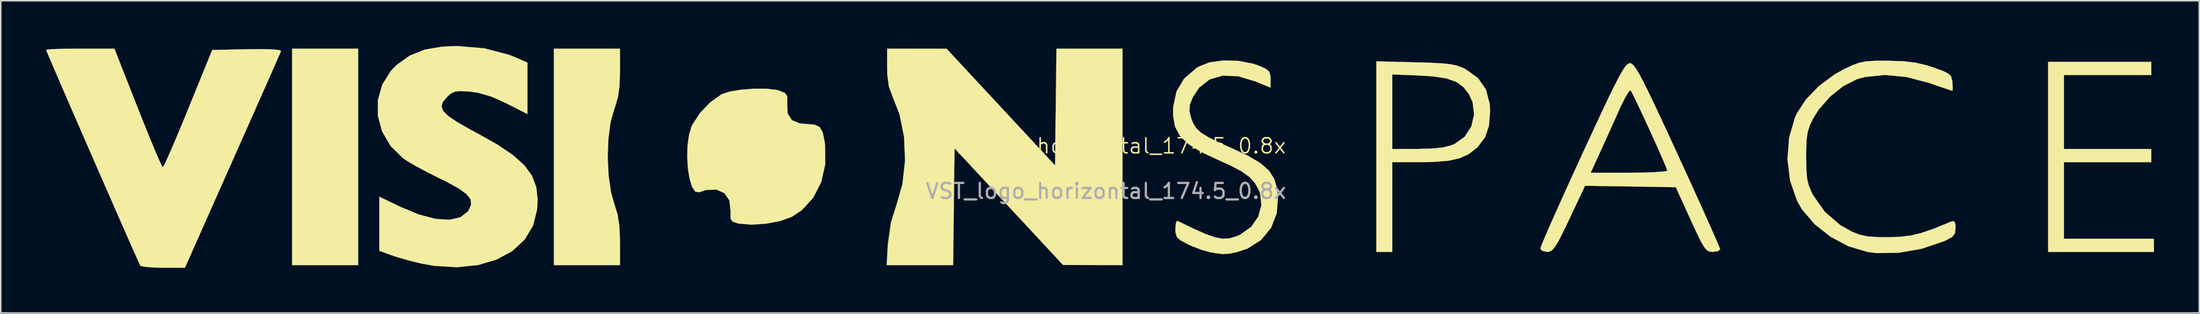
<source format=kicad_pcb>
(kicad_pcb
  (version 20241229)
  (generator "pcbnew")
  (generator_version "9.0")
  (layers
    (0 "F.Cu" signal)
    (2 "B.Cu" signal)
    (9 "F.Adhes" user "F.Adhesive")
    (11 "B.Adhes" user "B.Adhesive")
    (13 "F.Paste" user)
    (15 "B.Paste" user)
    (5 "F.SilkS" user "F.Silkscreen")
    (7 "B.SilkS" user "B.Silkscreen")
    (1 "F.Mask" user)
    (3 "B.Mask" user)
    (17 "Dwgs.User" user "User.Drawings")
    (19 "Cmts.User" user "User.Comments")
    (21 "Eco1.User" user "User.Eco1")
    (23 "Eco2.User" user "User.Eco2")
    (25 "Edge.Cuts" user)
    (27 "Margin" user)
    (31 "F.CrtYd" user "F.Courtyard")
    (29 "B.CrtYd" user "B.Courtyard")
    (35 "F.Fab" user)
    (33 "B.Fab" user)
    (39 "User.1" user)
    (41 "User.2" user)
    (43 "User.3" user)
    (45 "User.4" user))
  (footprint "VST_logo_horizontal_174.5_0.8x"
    (layer "F.Cu")
    (at 70.205 7.131)
    (property "Reference" "VST_logo_horizontal_174.5_0.8x" (at 0 -0.5 0) (unlocked yes) (layer "F.SilkS") (effects (font (size 1 1) (thickness 0.1))))
    (attr smd)
    (fp_poly (pts (xy -49.531 7.411) (xy -53.91 7.411) (xy -53.91 -6.953) (xy -49.531 -6.953) (xy -49.531 7.411)) (stroke (width 0.008) (type solid)) (fill yes) (layer "F.SilkS"))
    (fp_poly (pts (xy 69.236 -5.202) (xy 63.455 -5.202) (xy 63.455 -0.297) (xy 69.236 -0.297) (xy 69.236 0.579) (xy 63.455 0.579) (xy 63.455 5.659) (xy 69.411 5.659) (xy 69.411 6.535) (xy 62.404 6.535) (xy 62.404 -6.078) (xy 69.236 -6.078) (xy 69.236 -5.202)) (stroke (width 0.008) (type solid)) (fill yes) (layer "F.SilkS"))
    (fp_poly (pts (xy -32.189 -5.421) (xy -32.219 -4.467) (xy -32.325 -3.722) (xy -32.526 -3.051) (xy -32.575 -2.925) (xy -32.818 -2.046) (xy -32.96 -0.944) (xy -33.002 0.267) (xy -32.943 1.475) (xy -32.784 2.568) (xy -32.582 3.288) (xy -32.351 4.033) (xy -32.228 4.819) (xy -32.189 5.793) (xy -32.189 5.872) (xy -32.189 7.411) (xy -36.568 7.411) (xy -36.568 -6.953) (xy -32.189 -6.953) (xy -32.189 -5.421)) (stroke (width 0.008) (type solid)) (fill yes) (layer "F.SilkS"))
    (fp_poly (pts (xy 1.094 7.411) (xy -2.847 7.4) (xy -10.029 -0.34) (xy -10.077 3.535) (xy -10.124 7.411) (xy -14.523 7.411) (xy -14.45 6.053) (xy -14.239 4.555) (xy -13.892 3.469) (xy -13.48 2.03) (xy -13.309 0.474) (xy -13.374 -1.1) (xy -13.674 -2.594) (xy -14.144 -3.797) (xy -14.378 -4.431) (xy -14.484 -5.222) (xy -14.496 -5.72) (xy -14.496 -6.953) (xy -12.526 -6.951) (xy -10.555 -6.948) (xy -6.964 -3.079) (xy -3.373 0.789) (xy -3.326 -3.082) (xy -3.279 -6.953) (xy 1.094 -6.953) (xy 1.094 7.411)) (stroke (width 0.008) (type solid)) (fill yes) (layer "F.SilkS"))
    (fp_poly (pts (xy 20.494 -6.046) (xy 21.537 -6.015) (xy 22.299 -5.974) (xy 22.851 -5.914) (xy 23.263 -5.824) (xy 23.606 -5.697) (xy 23.817 -5.592) (xy 24.641 -5.002) (xy 25.168 -4.248) (xy 25.417 -3.296) (xy 25.443 -2.788) (xy 25.366 -1.82) (xy 25.113 -1.075) (xy 24.645 -0.453) (xy 24.538 -0.349) (xy 24.023 0.047) (xy 23.426 0.32) (xy 22.675 0.486) (xy 21.697 0.566) (xy 20.894 0.579) (xy 18.962 0.579) (xy 18.962 6.535) (xy 17.911 6.535) (xy 17.911 -0.297) (xy 18.962 -0.297) (xy 20.669 -0.301) (xy 21.636 -0.326) (xy 22.345 -0.403) (xy 22.89 -0.547) (xy 23.091 -0.629) (xy 23.761 -1.109) (xy 24.199 -1.787) (xy 24.382 -2.579) (xy 24.284 -3.399) (xy 24.049 -3.923) (xy 23.675 -4.406) (xy 23.195 -4.749) (xy 22.545 -4.976) (xy 21.661 -5.111) (xy 20.757 -5.169) (xy 18.962 -5.241) (xy 18.962 -0.297) (xy 17.911 -0.297) (xy 17.911 -6.11) (xy 20.494 -6.046)) (stroke (width 0.008) (type solid)) (fill yes) (layer "F.SilkS"))
    (fp_poly (pts (xy -22.492 -4.294) (xy -21.824 -4.217) (xy -21.653 -4.171) (xy -21.263 -4.01) (xy -21.111 -3.789) (xy -21.111 -3.373) (xy -21.116 -3.318) (xy -21.08 -2.641) (xy -20.808 -2.208) (xy -20.271 -1.993) (xy -19.844 -1.956) (xy -19.305 -1.911) (xy -18.966 -1.754) (xy -18.766 -1.413) (xy -18.64 -0.818) (xy -18.603 -0.541) (xy -18.592 0.724) (xy -18.862 1.901) (xy -19.387 2.934) (xy -20.142 3.766) (xy -20.807 4.207) (xy -21.568 4.482) (xy -22.512 4.662) (xy -23.48 4.726) (xy -24.315 4.656) (xy -24.394 4.639) (xy -24.729 4.527) (xy -24.866 4.331) (xy -24.873 3.931) (xy -24.864 3.814) (xy -24.943 3.119) (xy -25.272 2.638) (xy -25.805 2.398) (xy -26.495 2.426) (xy -26.952 2.578) (xy -27.207 2.533) (xy -27.419 2.207) (xy -27.583 1.668) (xy -27.691 0.985) (xy -27.737 0.224) (xy -27.713 -0.546) (xy -27.613 -1.257) (xy -27.43 -1.841) (xy -27.405 -1.892) (xy -26.892 -2.678) (xy -26.203 -3.4) (xy -25.469 -3.923) (xy -25.455 -3.93) (xy -24.922 -4.106) (xy -24.166 -4.23) (xy -23.314 -4.296) (xy -22.492 -4.294)) (stroke (width 0.008) (type solid)) (fill yes) (layer "F.SilkS"))
    (fp_poly (pts (xy -64.129 -3.018) (xy -63.694 -1.923) (xy -63.297 -0.944) (xy -62.958 -0.127) (xy -62.694 0.484) (xy -62.526 0.844) (xy -62.474 0.923) (xy -62.38 0.77) (xy -62.177 0.335) (xy -61.881 -0.336) (xy -61.514 -1.199) (xy -61.093 -2.209) (xy -60.783 -2.968) (xy -59.2 -6.866) (xy -56.889 -6.915) (xy -55.907 -6.924) (xy -55.184 -6.904) (xy -54.753 -6.858) (xy -54.638 -6.794) (xy -54.72 -6.604) (xy -54.929 -6.126) (xy -55.251 -5.394) (xy -55.671 -4.442) (xy -56.175 -3.303) (xy -56.748 -2.009) (xy -57.375 -0.595) (xy -57.852 0.48) (xy -61.005 7.585) (xy -62.44 7.585) (xy -63.113 7.569) (xy -63.641 7.525) (xy -63.934 7.463) (xy -63.964 7.441) (xy -64.055 7.248) (xy -64.267 6.776) (xy -64.582 6.065) (xy -64.982 5.156) (xy -65.451 4.087) (xy -65.972 2.898) (xy -66.526 1.629) (xy -67.098 0.319) (xy -67.668 -0.991) (xy -68.221 -2.263) (xy -68.739 -3.457) (xy -69.205 -4.533) (xy -69.601 -5.452) (xy -69.911 -6.173) (xy -70.116 -6.658) (xy -70.2 -6.867) (xy -70.201 -6.872) (xy -70.037 -6.902) (xy -69.588 -6.928) (xy -68.918 -6.945) (xy -68.095 -6.953) (xy -67.939 -6.953) (xy -65.676 -6.953) (xy -64.129 -3.018)) (stroke (width 0.008) (type solid)) (fill yes) (layer "F.SilkS"))
    (fp_poly (pts (xy -41.181 -6.976) (xy -39.522 -6.541) (xy -38.977 -6.319) (xy -38.32 -6.024) (xy -38.32 -2.612) (xy -39.68 -3.307) (xy -40.683 -3.761) (xy -41.558 -4.018) (xy -42.117 -4.099) (xy -42.731 -4.14) (xy -43.118 -4.106) (xy -43.397 -3.969) (xy -43.646 -3.746) (xy -43.918 -3.417) (xy -44.01 -3.116) (xy -43.896 -2.812) (xy -43.551 -2.472) (xy -42.947 -2.066) (xy -42.059 -1.563) (xy -41.639 -1.338) (xy -40.3 -0.583) (xy -39.269 0.115) (xy -38.517 0.792) (xy -38.014 1.486) (xy -37.733 2.234) (xy -37.644 3.072) (xy -37.678 3.722) (xy -37.951 4.804) (xy -38.512 5.728) (xy -39.328 6.481) (xy -40.366 7.045) (xy -41.593 7.407) (xy -42.977 7.551) (xy -44.484 7.46) (xy -45.325 7.312) (xy -46.083 7.128) (xy -46.848 6.912) (xy -47.296 6.765) (xy -48.129 6.466) (xy -48.129 2.869) (xy -46.727 3.547) (xy -45.509 4.052) (xy -44.422 4.338) (xy -43.497 4.401) (xy -42.769 4.24) (xy -42.27 3.854) (xy -42.23 3.797) (xy -42.053 3.414) (xy -42.078 3.064) (xy -42.336 2.715) (xy -42.854 2.334) (xy -43.662 1.889) (xy -44.136 1.655) (xy -44.932 1.258) (xy -45.671 0.862) (xy -46.261 0.52) (xy -46.55 0.328) (xy -47.383 -0.491) (xy -47.943 -1.45) (xy -48.224 -2.488) (xy -48.224 -3.546) (xy -47.937 -4.565) (xy -47.361 -5.486) (xy -46.965 -5.889) (xy -46.11 -6.495) (xy -45.134 -6.887) (xy -43.965 -7.088) (xy -42.974 -7.127) (xy -41.181 -6.976)) (stroke (width 0.008) (type solid)) (fill yes) (layer "F.SilkS"))
    (fp_poly (pts (xy 8.773 -6.143) (xy 9.745 -5.954) (xy 10.072 -5.844) (xy 10.567 -5.631) (xy 10.814 -5.43) (xy 10.897 -5.149) (xy 10.904 -4.944) (xy 10.904 -4.365) (xy 9.896 -4.779) (xy 8.75 -5.122) (xy 7.733 -5.163) (xy 6.865 -4.909) (xy 6.169 -4.363) (xy 5.757 -3.737) (xy 5.553 -3.227) (xy 5.532 -2.798) (xy 5.624 -2.41) (xy 5.774 -2.002) (xy 5.984 -1.67) (xy 6.309 -1.371) (xy 6.804 -1.066) (xy 7.524 -0.711) (xy 8.366 -0.334) (xy 9.457 0.18) (xy 10.254 0.657) (xy 10.803 1.144) (xy 11.148 1.69) (xy 11.336 2.343) (xy 11.395 2.849) (xy 11.316 3.963) (xy 10.933 4.941) (xy 10.278 5.739) (xy 9.382 6.313) (xy 8.682 6.546) (xy 8.149 6.653) (xy 7.718 6.675) (xy 7.211 6.612) (xy 6.868 6.548) (xy 6.332 6.396) (xy 5.692 6.15) (xy 5.423 6.027) (xy 4.934 5.767) (xy 4.689 5.537) (xy 4.604 5.237) (xy 4.597 5.016) (xy 4.63 4.63) (xy 4.71 4.466) (xy 4.729 4.469) (xy 5.795 4.988) (xy 6.614 5.351) (xy 7.246 5.571) (xy 7.75 5.661) (xy 8.187 5.635) (xy 8.616 5.504) (xy 8.91 5.375) (xy 9.612 4.877) (xy 10.085 4.201) (xy 10.296 3.429) (xy 10.208 2.642) (xy 10.148 2.48) (xy 9.886 1.992) (xy 9.52 1.578) (xy 8.99 1.194) (xy 8.233 0.794) (xy 7.423 0.429) (xy 6.285 -0.107) (xy 5.454 -0.625) (xy 4.896 -1.168) (xy 4.572 -1.78) (xy 4.446 -2.504) (xy 4.457 -3.111) (xy 4.674 -4.124) (xy 5.178 -4.964) (xy 5.993 -5.669) (xy 6.126 -5.754) (xy 6.848 -6.04) (xy 7.769 -6.171) (xy 8.773 -6.143)) (stroke (width 0.008) (type solid)) (fill yes) (layer "F.SilkS"))
    (fp_poly (pts (xy 52.817 -6.118) (xy 53.623 -6.024) (xy 54.363 -5.849) (xy 54.784 -5.713) (xy 55.416 -5.484) (xy 55.789 -5.303) (xy 55.975 -5.112) (xy 56.05 -4.853) (xy 56.065 -4.72) (xy 56.088 -4.334) (xy 56.07 -4.155) (xy 56.065 -4.153) (xy 55.887 -4.208) (xy 55.456 -4.353) (xy 54.848 -4.562) (xy 54.522 -4.676) (xy 53.02 -5.073) (xy 51.577 -5.205) (xy 50.261 -5.069) (xy 49.745 -4.926) (xy 48.844 -4.472) (xy 47.965 -3.77) (xy 47.214 -2.914) (xy 46.85 -2.333) (xy 46.621 -1.857) (xy 46.48 -1.418) (xy 46.407 -0.903) (xy 46.38 -0.203) (xy 46.378 0.229) (xy 46.389 1.057) (xy 46.438 1.647) (xy 46.545 2.108) (xy 46.729 2.552) (xy 46.847 2.784) (xy 47.615 3.875) (xy 48.643 4.759) (xy 49.433 5.203) (xy 49.941 5.397) (xy 50.496 5.509) (xy 51.213 5.555) (xy 51.806 5.558) (xy 52.596 5.531) (xy 53.284 5.449) (xy 53.969 5.288) (xy 54.749 5.023) (xy 55.722 4.63) (xy 55.967 4.526) (xy 56.18 4.493) (xy 56.264 4.693) (xy 56.273 4.946) (xy 56.233 5.3) (xy 56.055 5.539) (xy 55.653 5.76) (xy 55.488 5.833) (xy 54.021 6.327) (xy 52.507 6.592) (xy 51.058 6.613) (xy 50.431 6.535) (xy 49.185 6.163) (xy 47.996 5.532) (xy 46.945 4.7) (xy 46.113 3.727) (xy 45.775 3.145) (xy 45.315 1.818) (xy 45.14 0.389) (xy 45.249 -1.047) (xy 45.642 -2.395) (xy 45.761 -2.659) (xy 46.362 -3.581) (xy 47.22 -4.468) (xy 48.246 -5.235) (xy 48.881 -5.591) (xy 49.447 -5.857) (xy 49.909 -6.024) (xy 50.38 -6.114) (xy 50.974 -6.149) (xy 51.803 -6.151) (xy 52.817 -6.118)) (stroke (width 0.008) (type solid)) (fill yes) (layer "F.SilkS"))
    (fp_poly (pts (xy 34.818 -5.957) (xy 34.953 -5.839) (xy 35.124 -5.607) (xy 35.345 -5.232) (xy 35.632 -4.686) (xy 36 -3.941) (xy 36.464 -2.967) (xy 37.037 -1.737) (xy 37.737 -0.22) (xy 37.885 0.102) (xy 38.51 1.467) (xy 39.086 2.735) (xy 39.598 3.868) (xy 40.029 4.833) (xy 40.364 5.592) (xy 40.587 6.111) (xy 40.681 6.354) (xy 40.683 6.365) (xy 40.531 6.487) (xy 40.189 6.535) (xy 39.981 6.514) (xy 39.8 6.42) (xy 39.614 6.2) (xy 39.387 5.806) (xy 39.086 5.186) (xy 38.719 4.389) (xy 37.743 2.243) (xy 31.735 2.147) (xy 30.7 4.341) (xy 30.278 5.222) (xy 29.966 5.833) (xy 29.73 6.22) (xy 29.538 6.433) (xy 29.357 6.522) (xy 29.218 6.535) (xy 28.88 6.457) (xy 28.771 6.305) (xy 28.842 6.099) (xy 29.045 5.611) (xy 29.362 4.879) (xy 29.779 3.937) (xy 30.279 2.823) (xy 30.846 1.572) (xy 30.98 1.28) (xy 32.108 1.28) (xy 34.644 1.28) (xy 35.541 1.271) (xy 36.299 1.246) (xy 36.855 1.209) (xy 37.149 1.163) (xy 37.179 1.141) (xy 37.11 0.94) (xy 36.92 0.488) (xy 36.642 -0.148) (xy 36.305 -0.901) (xy 35.938 -1.706) (xy 35.574 -2.497) (xy 35.242 -3.205) (xy 34.971 -3.767) (xy 34.794 -4.114) (xy 34.746 -4.19) (xy 34.63 -4.099) (xy 34.416 -3.749) (xy 34.14 -3.204) (xy 33.99 -2.876) (xy 33.596 -1.996) (xy 33.157 -1.021) (xy 32.762 -0.15) (xy 32.729 -0.078) (xy 32.108 1.28) (xy 30.98 1.28) (xy 31.464 0.222) (xy 31.546 0.043) (xy 32.268 -1.523) (xy 32.862 -2.797) (xy 33.342 -3.81) (xy 33.725 -4.589) (xy 34.024 -5.163) (xy 34.254 -5.562) (xy 34.432 -5.813) (xy 34.572 -5.946) (xy 34.689 -5.989) (xy 34.704 -5.99) (xy 34.818 -5.957)) (stroke (width 0.008) (type solid)) (fill yes) (layer "F.SilkS"))
    (fp_text user "${REFERENCE}" (at 0 2.5 0) (unlocked yes) (layer "F.Fab") (effects (font (size 1 1) (thickness 0.15)))))
  (gr_rect
    (start -3 -3)
    (end 142.62 17.72)
    (stroke (width 0.1) (type default))
    (fill no)
    (layer "Edge.Cuts")))
</source>
